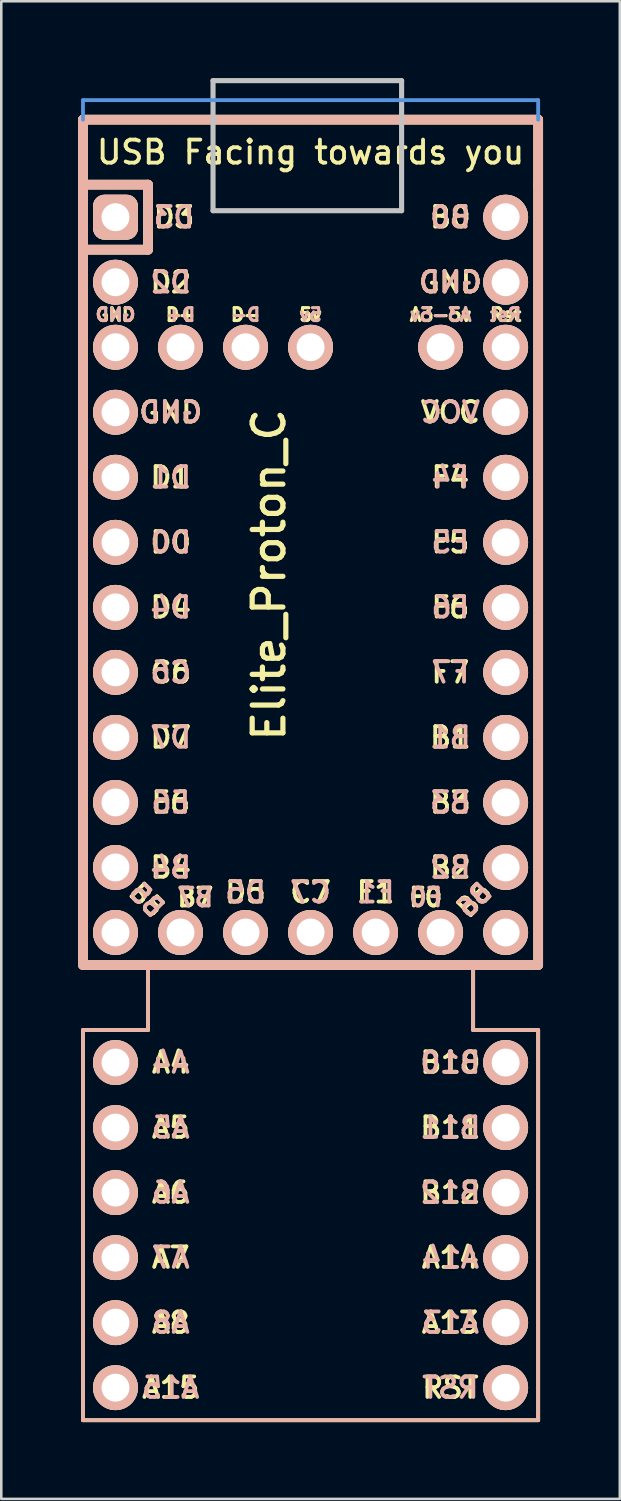
<source format=kicad_pcb>
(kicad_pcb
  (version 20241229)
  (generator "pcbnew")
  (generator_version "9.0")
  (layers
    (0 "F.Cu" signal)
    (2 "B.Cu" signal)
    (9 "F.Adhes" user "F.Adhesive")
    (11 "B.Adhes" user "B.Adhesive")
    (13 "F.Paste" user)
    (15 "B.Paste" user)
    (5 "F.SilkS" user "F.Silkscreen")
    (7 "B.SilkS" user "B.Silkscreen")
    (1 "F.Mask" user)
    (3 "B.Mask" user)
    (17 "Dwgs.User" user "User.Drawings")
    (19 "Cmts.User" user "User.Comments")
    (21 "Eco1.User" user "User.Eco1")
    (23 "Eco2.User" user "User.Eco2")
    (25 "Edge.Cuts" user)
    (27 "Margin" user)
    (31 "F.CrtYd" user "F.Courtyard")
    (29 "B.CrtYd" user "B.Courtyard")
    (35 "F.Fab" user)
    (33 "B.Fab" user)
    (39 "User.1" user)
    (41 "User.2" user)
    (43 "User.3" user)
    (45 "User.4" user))
  (footprint "Elite_Proton_C"
    (layer "F.Cu")
    (at 9.081 19.404)
    (property "Reference" "Elite_Proton_C" (at -1.625 0 270) (layer "F.SilkS") (effects (font (size 1.2 1.2) (thickness 0.203))))
    (attr through_hole)
    (fp_line (start -8.89 -17.78) (end -8.89 -15.24) (stroke (width 0.381) (type solid)) (layer "F.SilkS"))
    (fp_line (start -8.89 -15.24) (end -8.89 15.24) (stroke (width 0.381) (type solid)) (layer "F.SilkS"))
    (fp_line (start -8.89 15.24) (end 8.89 15.24) (stroke (width 0.381) (type solid)) (layer "F.SilkS"))
    (fp_line (start -8.89 33.02) (end -8.89 17.78) (stroke (width 0.15) (type solid)) (layer "F.SilkS"))
    (fp_line (start -6.35 -15.24) (end -8.89 -15.24) (stroke (width 0.381) (type solid)) (layer "F.SilkS"))
    (fp_line (start -6.35 -15.24) (end -6.35 -12.7) (stroke (width 0.381) (type solid)) (layer "F.SilkS"))
    (fp_line (start -6.35 -12.7) (end -8.89 -12.7) (stroke (width 0.381) (type solid)) (layer "F.SilkS"))
    (fp_line (start -6.35 15.748) (end -6.35 15.24) (stroke (width 0.15) (type solid)) (layer "F.SilkS"))
    (fp_line (start -6.35 15.748) (end -6.35 17.78) (stroke (width 0.15) (type solid)) (layer "F.SilkS"))
    (fp_line (start -6.35 17.78) (end -8.89 17.78) (stroke (width 0.15) (type solid)) (layer "F.SilkS"))
    (fp_line (start 6.35 15.24) (end 6.35 17.78) (stroke (width 0.15) (type solid)) (layer "F.SilkS"))
    (fp_line (start 6.35 17.78) (end 8.89 17.78) (stroke (width 0.15) (type solid)) (layer "F.SilkS"))
    (fp_line (start 8.89 -17.78) (end -8.89 -17.78) (stroke (width 0.381) (type solid)) (layer "F.SilkS"))
    (fp_line (start 8.89 -15.24) (end 8.89 -17.78) (stroke (width 0.381) (type solid)) (layer "F.SilkS"))
    (fp_line (start 8.89 15.24) (end 8.89 -15.24) (stroke (width 0.381) (type solid)) (layer "F.SilkS"))
    (fp_line (start 8.89 17.78) (end 8.89 33.02) (stroke (width 0.15) (type solid)) (layer "F.SilkS"))
    (fp_line (start 8.89 33.02) (end -8.89 33.02) (stroke (width 0.15) (type solid)) (layer "F.SilkS"))
    (fp_line (start -8.89 -17.78) (end -8.89 15.24) (stroke (width 0.381) (type solid)) (layer "B.SilkS"))
    (fp_line (start -8.89 15.24) (end 8.89 15.24) (stroke (width 0.381) (type solid)) (layer "B.SilkS"))
    (fp_line (start -8.89 17.78) (end -8.89 33.02) (stroke (width 0.15) (type solid)) (layer "B.SilkS"))
    (fp_line (start -8.89 33.02) (end 8.89 33.02) (stroke (width 0.15) (type solid)) (layer "B.SilkS"))
    (fp_line (start -6.35 -15.24) (end -8.89 -15.24) (stroke (width 0.381) (type solid)) (layer "B.SilkS"))
    (fp_line (start -6.35 -15.24) (end -6.35 -12.7) (stroke (width 0.381) (type solid)) (layer "B.SilkS"))
    (fp_line (start -6.35 -12.7) (end -8.89 -12.7) (stroke (width 0.381) (type solid)) (layer "B.SilkS"))
    (fp_line (start -6.35 15.24) (end -6.35 17.78) (stroke (width 0.15) (type solid)) (layer "B.SilkS"))
    (fp_line (start -6.35 17.78) (end -8.89 17.78) (stroke (width 0.15) (type solid)) (layer "B.SilkS"))
    (fp_line (start 6.35 17.78) (end 6.35 15.24) (stroke (width 0.15) (type solid)) (layer "B.SilkS"))
    (fp_line (start 8.89 -17.78) (end -8.89 -17.78) (stroke (width 0.381) (type solid)) (layer "B.SilkS"))
    (fp_line (start 8.89 15.24) (end 8.89 -17.78) (stroke (width 0.381) (type solid)) (layer "B.SilkS"))
    (fp_line (start 8.89 17.78) (end 6.35 17.78) (stroke (width 0.15) (type solid)) (layer "B.SilkS"))
    (fp_line (start 8.89 33.02) (end 8.89 17.78) (stroke (width 0.15) (type solid)) (layer "B.SilkS"))
    (fp_line (start -3.81 -19.304) (end 3.556 -19.304) (stroke (width 0.2) (type solid)) (layer "Dwgs.User"))
    (fp_line (start -3.81 -14.224) (end -3.81 -19.304) (stroke (width 0.2) (type solid)) (layer "Dwgs.User"))
    (fp_line (start 3.556 -19.304) (end 3.556 -14.224) (stroke (width 0.2) (type solid)) (layer "Dwgs.User"))
    (fp_line (start 3.556 -14.224) (end -3.81 -14.224) (stroke (width 0.2) (type solid)) (layer "Dwgs.User"))
    (fp_line (start -8.89 -18.542) (end 8.89 -18.542) (stroke (width 0.15) (type solid)) (layer "Cmts.User"))
    (fp_line (start -8.89 -17.78) (end -8.89 -18.542) (stroke (width 0.15) (type solid)) (layer "Cmts.User"))
    (fp_line (start 8.89 -18.542) (end 8.89 -17.78) (stroke (width 0.15) (type solid)) (layer "Cmts.User"))
    (fp_text user "F6" (at 5.461 1.27 0) (layer "F.SilkS") (effects (font (size 0.8 0.8) (thickness 0.15))))
    (fp_text user "F7" (at 5.461 3.81 0) (layer "F.SilkS") (effects (font (size 0.8 0.8) (thickness 0.15))))
    (fp_text user "D7" (at -5.461 6.35 0) (layer "F.SilkS") (effects (font (size 0.8 0.8) (thickness 0.15))))
    (fp_text user "F0" (at 4.5 12.6 0) (layer "F.SilkS") (effects (font (size 0.7 0.7) (thickness 0.15))))
    (fp_text user "C7" (at 0 12.4 0) (layer "F.SilkS") (effects (font (size 0.8 0.8) (thickness 0.15))))
    (fp_text user "D4" (at -5.461 1.27 0) (layer "F.SilkS") (effects (font (size 0.8 0.8) (thickness 0.15))))
    (fp_text user "GND" (at -7.62 -10.16 0) (layer "F.SilkS") (effects (font (size 0.5 0.5) (thickness 0.125))))
    (fp_text user "A15" (at -5.461 31.75 180) (layer "F.SilkS") (effects (font (size 0.8 0.8) (thickness 0.15))))
    (fp_text user "A8" (at -5.461 29.21 180) (layer "F.SilkS") (effects (font (size 0.8 0.8) (thickness 0.15))))
    (fp_text user "C6" (at -5.461 3.81 0) (layer "F.SilkS") (effects (font (size 0.8 0.8) (thickness 0.15))))
    (fp_text user "VCC" (at 5.461 -6.35 0) (layer "F.SilkS") (effects (font (size 0.8 0.8) (thickness 0.15))))
    (fp_text user "F5" (at 5.461 -1.27 0) (layer "F.SilkS") (effects (font (size 0.8 0.8) (thickness 0.15))))
    (fp_text user "D1" (at -5.461 -3.81 0) (layer "F.SilkS") (effects (font (size 0.8 0.8) (thickness 0.15))))
    (fp_text user "A13" (at 5.461 29.21 180) (layer "F.SilkS") (effects (font (size 0.8 0.8) (thickness 0.15))))
    (fp_text user "B10" (at 5.461 19.05 180) (layer "F.SilkS") (effects (font (size 0.8 0.8) (thickness 0.15))))
    (fp_text user "B5" (at -6.4 12.7 315) (layer "F.SilkS") (effects (font (size 0.7 0.7) (thickness 0.15))))
    (fp_text user "RST" (at 5.461 31.75 180) (layer "F.SilkS") (effects (font (size 0.8 0.8) (thickness 0.15))))
    (fp_text user "A5" (at -5.461 21.59 180) (layer "F.SilkS") (effects (font (size 0.8 0.8) (thickness 0.15))))
    (fp_text user "E6" (at -5.461 8.89 0) (layer "F.SilkS") (effects (font (size 0.8 0.8) (thickness 0.15))))
    (fp_text user "B12" (at 5.461 24.13 180) (layer "F.SilkS") (effects (font (size 0.8 0.8) (thickness 0.15))))
    (fp_text user "B3" (at 5.461 8.89 0) (layer "F.SilkS") (effects (font (size 0.8 0.8) (thickness 0.15))))
    (fp_text user "D-" (at -2.54 -10.16 0) (layer "F.SilkS") (effects (font (size 0.5 0.5) (thickness 0.125))))
    (fp_text user "D2" (at -5.461 -11.43 0) (layer "F.SilkS") (effects (font (size 0.8 0.8) (thickness 0.15))))
    (fp_text user "B4" (at -5.461 11.43 0) (layer "F.SilkS") (effects (font (size 0.8 0.8) (thickness 0.15))))
    (fp_text user "GND" (at -5.461 -6.35 0) (layer "F.SilkS") (effects (font (size 0.8 0.8) (thickness 0.15))))
    (fp_text user "D3" (at -5.334 -13.97 0) (layer "F.SilkS") (effects (font (size 0.8 0.8) (thickness 0.15))))
    (fp_text user "D+" (at -5.08 -10.16 0) (layer "F.SilkS") (effects (font (size 0.5 0.5) (thickness 0.125))))
    (fp_text user "B11" (at 5.461 21.59 180) (layer "F.SilkS") (effects (font (size 0.8 0.8) (thickness 0.15))))
    (fp_text user "A4" (at -5.461 19.05 180) (layer "F.SilkS") (effects (font (size 0.8 0.8) (thickness 0.15))))
    (fp_text user "A3-5v" (at 5.08 -10.16 0) (layer "F.SilkS") (effects (font (size 0.5 0.5) (thickness 0.125))))
    (fp_text user "A7" (at -5.461 26.67 180) (layer "F.SilkS") (effects (font (size 0.8 0.8) (thickness 0.15))))
    (fp_text user "B6" (at 6.4 12.7 45) (unlocked yes) (layer "F.SilkS") (effects (font (size 0.7 0.7) (thickness 0.15))))
    (fp_text user "D0" (at -5.461 -1.27 0) (layer "F.SilkS") (effects (font (size 0.8 0.8) (thickness 0.15))))
    (fp_text user "F4" (at 5.461 -3.81 0) (layer "F.SilkS") (effects (font (size 0.8 0.8) (thickness 0.15))))
    (fp_text user "A14" (at 5.461 26.67 180) (layer "F.SilkS") (effects (font (size 0.8 0.8) (thickness 0.15))))
    (fp_text user "B1" (at 5.461 6.35 0) (layer "F.SilkS") (effects (font (size 0.8 0.8) (thickness 0.15))))
    (fp_text user "GND" (at 5.461 -11.43 0) (layer "F.SilkS") (effects (font (size 0.8 0.8) (thickness 0.15))))
    (fp_text user "D5" (at -2.54 12.4 0) (layer "F.SilkS") (effects (font (size 0.8 0.8) (thickness 0.15))))
    (fp_text user "USB Facing towards you" (at 0 -16.51 0) (layer "F.SilkS") (effects (font (size 0.9 0.9) (thickness 0.15))))
    (fp_text user "Rst" (at 7.62 -10.16 0) (layer "F.SilkS") (effects (font (size 0.5 0.5) (thickness 0.125))))
    (fp_text user "A6" (at -5.461 24.13 180) (layer "F.SilkS") (effects (font (size 0.8 0.8) (thickness 0.15))))
    (fp_text user "B0" (at 5.461 -13.97 0) (layer "F.SilkS") (effects (font (size 0.8 0.8) (thickness 0.15))))
    (fp_text user "B7" (at -4.5 12.6 0) (layer "F.SilkS") (effects (font (size 0.7 0.7) (thickness 0.15))))
    (fp_text user "5v" (at 0 -10.16 0) (layer "F.SilkS") (effects (font (size 0.5 0.5) (thickness 0.125))))
    (fp_text user "F1" (at 2.54 12.4 0) (layer "F.SilkS") (effects (font (size 0.8 0.8) (thickness 0.15))))
    (fp_text user "B2" (at 5.461 11.43 0) (layer "F.SilkS") (effects (font (size 0.8 0.8) (thickness 0.15))))
    (fp_text user "B6" (at 6.4 12.7 45) (unlocked yes) (layer "B.SilkS") (effects (font (size 0.7 0.7) (thickness 0.15)) (justify mirror)))
    (fp_text user "F7" (at 5.461 3.81 0) (layer "B.SilkS") (effects (font (size 0.8 0.8) (thickness 0.15)) (justify mirror)))
    (fp_text user "A4" (at -5.461 19.05 0) (layer "B.SilkS") (effects (font (size 0.8 0.8) (thickness 0.15)) (justify mirror)))
    (fp_text user "A14" (at 5.461 26.67 0) (layer "B.SilkS") (effects (font (size 0.8 0.8) (thickness 0.15)) (justify mirror)))
    (fp_text user "D5" (at -2.54 12.4 0) (layer "B.SilkS") (effects (font (size 0.8 0.8) (thickness 0.15)) (justify mirror)))
    (fp_text user "B5" (at -6.4 12.7 315) (layer "B.SilkS") (effects (font (size 0.7 0.7) (thickness 0.15)) (justify mirror)))
    (fp_text user "A7" (at -5.461 26.67 0) (layer "B.SilkS") (effects (font (size 0.8 0.8) (thickness 0.15)) (justify mirror)))
    (fp_text user "B2" (at 5.461 11.43 0) (layer "B.SilkS") (effects (font (size 0.8 0.8) (thickness 0.15)) (justify mirror)))
    (fp_text user "D3" (at -5.334 -13.97 0) (layer "B.SilkS") (effects (font (size 0.8 0.8) (thickness 0.15)) (justify mirror)))
    (fp_text user "D-" (at -2.54 -10.16 0) (layer "B.SilkS") (effects (font (size 0.5 0.5) (thickness 0.125)) (justify mirror)))
    (fp_text user "D+" (at -5.08 -10.16 0) (layer "B.SilkS") (effects (font (size 0.5 0.5) (thickness 0.125)) (justify mirror)))
    (fp_text user "F1" (at 2.54 12.4 0) (layer "B.SilkS") (effects (font (size 0.8 0.8) (thickness 0.15)) (justify mirror)))
    (fp_text user "E6" (at -5.461 8.89 0) (layer "B.SilkS") (effects (font (size 0.8 0.8) (thickness 0.15)) (justify mirror)))
    (fp_text user "C7" (at 0 12.4 0) (layer "B.SilkS") (effects (font (size 0.8 0.8) (thickness 0.15)) (justify mirror)))
    (fp_text user "B1" (at 5.461 6.35 0) (layer "B.SilkS") (effects (font (size 0.8 0.8) (thickness 0.15)) (justify mirror)))
    (fp_text user "F4" (at 5.461 -3.81 0) (layer "B.SilkS") (effects (font (size 0.8 0.8) (thickness 0.15)) (justify mirror)))
    (fp_text user "D7" (at -5.461 6.35 0) (layer "B.SilkS") (effects (font (size 0.8 0.8) (thickness 0.15)) (justify mirror)))
    (fp_text user "A3-5v" (at 5.08 -10.16 0) (layer "B.SilkS") (effects (font (size 0.5 0.5) (thickness 0.125)) (justify mirror)))
    (fp_text user "F6" (at 5.461 1.27 0) (layer "B.SilkS") (effects (font (size 0.8 0.8) (thickness 0.15)) (justify mirror)))
    (fp_text user "B10" (at 5.461 19.05 0) (layer "B.SilkS") (effects (font (size 0.8 0.8) (thickness 0.15)) (justify mirror)))
    (fp_text user "B3" (at 5.461 8.89 0) (layer "B.SilkS") (effects (font (size 0.8 0.8) (thickness 0.15)) (justify mirror)))
    (fp_text user "RST" (at 5.461 31.75 0) (layer "B.SilkS") (effects (font (size 0.8 0.8) (thickness 0.15)) (justify mirror)))
    (fp_text user "A5" (at -5.461 21.59 0) (layer "B.SilkS") (effects (font (size 0.8 0.8) (thickness 0.15)) (justify mirror)))
    (fp_text user "F0" (at 4.5 12.6 0) (layer "B.SilkS") (effects (font (size 0.7 0.7) (thickness 0.15)) (justify mirror)))
    (fp_text user "A15" (at -5.461 31.75 0) (layer "B.SilkS") (effects (font (size 0.8 0.8) (thickness 0.15)) (justify mirror)))
    (fp_text user "A13" (at 5.461 29.21 0) (layer "B.SilkS") (effects (font (size 0.8 0.8) (thickness 0.15)) (justify mirror)))
    (fp_text user "GND" (at -7.62 -10.16 0) (layer "B.SilkS") (effects (font (size 0.5 0.5) (thickness 0.125)) (justify mirror)))
    (fp_text user "D4" (at -5.461 1.27 0) (layer "B.SilkS") (effects (font (size 0.8 0.8) (thickness 0.15)) (justify mirror)))
    (fp_text user "Rst" (at 7.62 -10.16 0) (layer "B.SilkS") (effects (font (size 0.5 0.5) (thickness 0.125)) (justify mirror)))
    (fp_text user "A8" (at -5.461 29.21 0) (layer "B.SilkS") (effects (font (size 0.8 0.8) (thickness 0.15)) (justify mirror)))
    (fp_text user "B11" (at 5.461 21.59 0) (layer "B.SilkS") (effects (font (size 0.8 0.8) (thickness 0.15)) (justify mirror)))
    (fp_text user "5v" (at 0 -10.16 0) (layer "B.SilkS") (effects (font (size 0.5 0.5) (thickness 0.125)) (justify mirror)))
    (fp_text user "VCC" (at 5.461 -6.35 0) (layer "B.SilkS") (effects (font (size 0.8 0.8) (thickness 0.15)) (justify mirror)))
    (fp_text user "D0" (at -5.461 -1.27 0) (layer "B.SilkS") (effects (font (size 0.8 0.8) (thickness 0.15)) (justify mirror)))
    (fp_text user "GND" (at 5.461 -11.43 0) (layer "B.SilkS") (effects (font (size 0.8 0.8) (thickness 0.15)) (justify mirror)))
    (fp_text user "B4" (at -5.461 11.43 0) (layer "B.SilkS") (effects (font (size 0.8 0.8) (thickness 0.15)) (justify mirror)))
    (fp_text user "D1" (at -5.461 -3.81 0) (layer "B.SilkS") (effects (font (size 0.8 0.8) (thickness 0.15)) (justify mirror)))
    (fp_text user "B12" (at 5.461 24.13 0) (layer "B.SilkS") (effects (font (size 0.8 0.8) (thickness 0.15)) (justify mirror)))
    (fp_text user "GND" (at -5.461 -6.35 0) (layer "B.SilkS") (effects (font (size 0.8 0.8) (thickness 0.15)) (justify mirror)))
    (fp_text user "D2" (at -5.461 -11.43 0) (layer "B.SilkS") (effects (font (size 0.8 0.8) (thickness 0.15)) (justify mirror)))
    (fp_text user "B0" (at 5.461 -13.97 0) (layer "B.SilkS") (effects (font (size 0.8 0.8) (thickness 0.15)) (justify mirror)))
    (fp_text user "C6" (at -5.461 3.81 0) (layer "B.SilkS") (effects (font (size 0.8 0.8) (thickness 0.15)) (justify mirror)))
    (fp_text user "B7" (at -4.5 12.6 0) (layer "B.SilkS") (effects (font (size 0.7 0.7) (thickness 0.15)) (justify mirror)))
    (fp_text user "F5" (at 5.461 -1.27 0) (layer "B.SilkS") (effects (font (size 0.8 0.8) (thickness 0.15)) (justify mirror)))
    (fp_text user "A6" (at -5.461 24.13 0) (layer "B.SilkS") (effects (font (size 0.8 0.8) (thickness 0.15)) (justify mirror)))
    (pad "1" thru_hole roundrect (at -7.62 -13.97 270) (size 1.753 1.753) (drill 1.092) (layers "*.Cu" "*.SilkS" "*.Mask") (roundrect_rratio 0.25))
    (pad "2" thru_hole circle (at -7.62 -11.43 270) (size 1.753 1.753) (drill 1.092) (layers "*.Cu" "*.SilkS" "*.Mask"))
    (pad "3" thru_hole circle (at -7.62 -8.89 270) (size 1.753 1.753) (drill 1.092) (layers "*.Cu" "*.SilkS" "*.Mask"))
    (pad "4" thru_hole circle (at -7.62 -6.35 270) (size 1.753 1.753) (drill 1.092) (layers "*.Cu" "*.SilkS" "*.Mask"))
    (pad "5" thru_hole circle (at -7.62 -3.81 270) (size 1.753 1.753) (drill 1.092) (layers "*.Cu" "*.SilkS" "*.Mask"))
    (pad "6" thru_hole circle (at -7.62 -1.27 270) (size 1.753 1.753) (drill 1.092) (layers "*.Cu" "*.SilkS" "*.Mask"))
    (pad "7" thru_hole circle (at -7.62 1.27 270) (size 1.753 1.753) (drill 1.092) (layers "*.Cu" "*.SilkS" "*.Mask"))
    (pad "8" thru_hole circle (at -7.62 3.81 270) (size 1.753 1.753) (drill 1.092) (layers "*.Cu" "*.SilkS" "*.Mask"))
    (pad "9" thru_hole circle (at -7.62 6.35 270) (size 1.753 1.753) (drill 1.092) (layers "*.Cu" "*.SilkS" "*.Mask"))
    (pad "10" thru_hole circle (at -7.62 8.89 270) (size 1.753 1.753) (drill 1.092) (layers "*.Cu" "*.SilkS" "*.Mask"))
    (pad "11" thru_hole circle (at -7.62 11.43 270) (size 1.753 1.753) (drill 1.092) (layers "*.Cu" "*.SilkS" "*.Mask"))
    (pad "12" thru_hole circle (at -7.62 13.97 270) (size 1.753 1.753) (drill 1.092) (layers "*.Cu" "*.SilkS" "*.Mask"))
    (pad "13" thru_hole circle (at 7.62 13.97 270) (size 1.753 1.753) (drill 1.092) (layers "*.Cu" "*.SilkS" "*.Mask"))
    (pad "14" thru_hole circle (at 7.62 11.43 270) (size 1.753 1.753) (drill 1.092) (layers "*.Cu" "*.SilkS" "*.Mask"))
    (pad "15" thru_hole circle (at 7.62 8.89 270) (size 1.753 1.753) (drill 1.092) (layers "*.Cu" "*.SilkS" "*.Mask"))
    (pad "16" thru_hole circle (at 7.62 6.35 270) (size 1.753 1.753) (drill 1.092) (layers "*.Cu" "*.SilkS" "*.Mask"))
    (pad "17" thru_hole circle (at 7.62 3.81 270) (size 1.753 1.753) (drill 1.092) (layers "*.Cu" "*.SilkS" "*.Mask"))
    (pad "18" thru_hole circle (at 7.62 1.27 270) (size 1.753 1.753) (drill 1.092) (layers "*.Cu" "*.SilkS" "*.Mask"))
    (pad "19" thru_hole circle (at 7.62 -1.27 270) (size 1.753 1.753) (drill 1.092) (layers "*.Cu" "*.SilkS" "*.Mask"))
    (pad "20" thru_hole circle (at 7.62 -3.81 270) (size 1.753 1.753) (drill 1.092) (layers "*.Cu" "*.SilkS" "*.Mask"))
    (pad "21" thru_hole circle (at 7.62 -6.35 270) (size 1.753 1.753) (drill 1.092) (layers "*.Cu" "*.SilkS" "*.Mask"))
    (pad "22" thru_hole circle (at 7.62 -8.89 270) (size 1.753 1.753) (drill 1.092) (layers "*.Cu" "*.SilkS" "*.Mask"))
    (pad "23" thru_hole circle (at 7.62 -11.43 270) (size 1.753 1.753) (drill 1.092) (layers "*.Cu" "*.SilkS" "*.Mask"))
    (pad "24" thru_hole circle (at 7.62 -13.97 270) (size 1.753 1.753) (drill 1.092) (layers "*.Cu" "*.SilkS" "*.Mask"))
    (pad "25" thru_hole circle (at -5.08 13.97 270) (size 1.753 1.753) (drill 1.092) (layers "*.Cu" "*.SilkS" "*.Mask"))
    (pad "26" thru_hole circle (at -2.54 13.97 270) (size 1.753 1.753) (drill 1.092) (layers "*.Cu" "*.SilkS" "*.Mask"))
    (pad "27" thru_hole circle (at 0 13.97 270) (size 1.753 1.753) (drill 1.092) (layers "*.Cu" "*.SilkS" "*.Mask"))
    (pad "28" thru_hole circle (at 2.54 13.97 270) (size 1.753 1.753) (drill 1.092) (layers "*.Cu" "*.SilkS" "*.Mask"))
    (pad "29" thru_hole circle (at 5.08 13.97 270) (size 1.753 1.753) (drill 1.092) (layers "*.Cu" "*.SilkS" "*.Mask"))
    (pad "30" thru_hole circle (at 7.62 19.05 90) (size 1.753 1.753) (drill 1.092) (layers "*.Cu" "*.SilkS" "*.Mask"))
    (pad "31" thru_hole circle (at 7.62 21.59 90) (size 1.753 1.753) (drill 1.092) (layers "*.Cu" "*.SilkS" "*.Mask"))
    (pad "32" thru_hole circle (at 7.62 24.13 90) (size 1.753 1.753) (drill 1.092) (layers "*.Cu" "*.SilkS" "*.Mask"))
    (pad "33" thru_hole circle (at 7.62 26.67 90) (size 1.753 1.753) (drill 1.092) (layers "*.Cu" "*.SilkS" "*.Mask"))
    (pad "34" thru_hole circle (at 7.62 29.21 90) (size 1.753 1.753) (drill 1.092) (layers "*.Cu" "*.SilkS" "*.Mask"))
    (pad "35" thru_hole circle (at 7.62 31.75 90) (size 1.753 1.753) (drill 1.092) (layers "*.Cu" "*.SilkS" "*.Mask"))
    (pad "36" thru_hole circle (at -7.62 31.75 90) (size 1.753 1.753) (drill 1.092) (layers "*.Cu" "*.SilkS" "*.Mask"))
    (pad "37" thru_hole circle (at -7.62 29.21 90) (size 1.753 1.753) (drill 1.092) (layers "*.Cu" "*.SilkS" "*.Mask"))
    (pad "38" thru_hole circle (at -7.62 26.67 90) (size 1.753 1.753) (drill 1.092) (layers "*.Cu" "*.SilkS" "*.Mask"))
    (pad "39" thru_hole circle (at -7.62 24.13 90) (size 1.753 1.753) (drill 1.092) (layers "*.Cu" "*.SilkS" "*.Mask"))
    (pad "40" thru_hole circle (at -7.62 21.59 90) (size 1.753 1.753) (drill 1.092) (layers "*.Cu" "*.SilkS" "*.Mask"))
    (pad "41" thru_hole circle (at -7.62 19.05 90) (size 1.753 1.753) (drill 1.092) (layers "*.Cu" "*.SilkS" "*.Mask"))
    (pad "42" thru_hole circle (at -5.08 -8.89 270) (size 1.753 1.753) (drill 1.092) (layers "*.Cu" "*.SilkS" "*.Mask"))
    (pad "43" thru_hole circle (at -2.54 -8.89 270) (size 1.753 1.753) (drill 1.092) (layers "*.Cu" "*.SilkS" "*.Mask"))
    (pad "44" thru_hole circle (at 0 -8.89 270) (size 1.753 1.753) (drill 1.092) (layers "*.Cu" "*.SilkS" "*.Mask"))
    (pad "45" thru_hole circle (at 5.08 -8.89 270) (size 1.753 1.753) (drill 1.092) (layers "*.Cu" "*.SilkS" "*.Mask")))
  (gr_rect
    (start -3 -3)
    (end 21.161 55.499)
    (stroke (width 0.1) (type default))
    (fill no)
    (layer "Edge.Cuts")))
</source>
